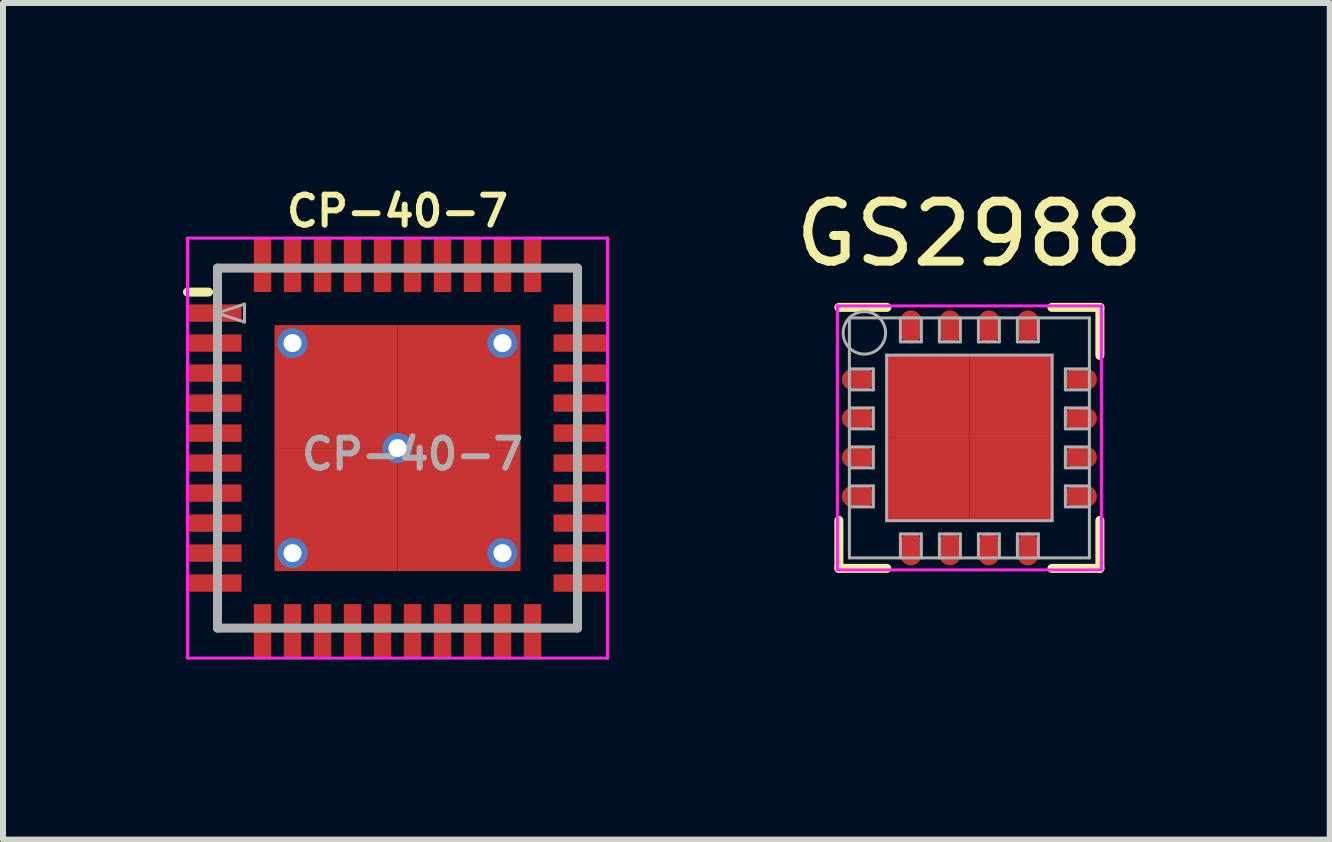
<source format=kicad_pcb>
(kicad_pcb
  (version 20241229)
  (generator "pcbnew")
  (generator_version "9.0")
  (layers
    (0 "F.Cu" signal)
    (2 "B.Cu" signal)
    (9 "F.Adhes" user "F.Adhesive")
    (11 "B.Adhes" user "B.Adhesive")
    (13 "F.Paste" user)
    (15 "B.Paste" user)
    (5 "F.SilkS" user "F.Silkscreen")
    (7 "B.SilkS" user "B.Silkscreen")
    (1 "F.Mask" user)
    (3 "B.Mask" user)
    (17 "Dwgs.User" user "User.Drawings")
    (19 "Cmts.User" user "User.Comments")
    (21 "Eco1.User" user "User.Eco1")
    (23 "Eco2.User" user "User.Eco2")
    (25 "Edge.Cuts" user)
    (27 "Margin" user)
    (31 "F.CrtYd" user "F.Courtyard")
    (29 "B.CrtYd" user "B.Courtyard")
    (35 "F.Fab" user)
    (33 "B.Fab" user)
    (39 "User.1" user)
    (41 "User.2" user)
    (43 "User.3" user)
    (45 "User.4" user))
  (footprint "GS2988"
    (layer "F.Cu")
    (at 13.106 4.248)
    (property "Reference" "GS2988" (at 0 -3.4 0) (layer "F.SilkS") (effects (font (size 1 1) (thickness 0.15))))
    (attr smd)
    (fp_line (start -2.175 -2.175) (end -1.375 -2.175) (stroke (width 0.15) (type solid)) (layer "F.SilkS"))
    (fp_line (start -2.175 2.175) (end -2.175 1.375) (stroke (width 0.15) (type solid)) (layer "F.SilkS"))
    (fp_line (start -2.175 2.175) (end -1.375 2.175) (stroke (width 0.15) (type solid)) (layer "F.SilkS"))
    (fp_line (start 2.175 -2.175) (end 1.375 -2.175) (stroke (width 0.15) (type solid)) (layer "F.SilkS"))
    (fp_line (start 2.175 -2.175) (end 2.175 -1.375) (stroke (width 0.15) (type solid)) (layer "F.SilkS"))
    (fp_line (start 2.175 2.175) (end 1.375 2.175) (stroke (width 0.15) (type solid)) (layer "F.SilkS"))
    (fp_line (start 2.175 2.175) (end 2.175 1.375) (stroke (width 0.15) (type solid)) (layer "F.SilkS"))
    (fp_line (start -2.2 -2.2) (end -2.2 2.2) (stroke (width 0.05) (type solid)) (layer "F.CrtYd"))
    (fp_line (start -2.2 -2.2) (end 2.2 -2.2) (stroke (width 0.05) (type solid)) (layer "F.CrtYd"))
    (fp_line (start -2.2 2.2) (end 2.2 2.2) (stroke (width 0.05) (type solid)) (layer "F.CrtYd"))
    (fp_line (start 2.2 -2.2) (end 2.2 2.2) (stroke (width 0.05) (type solid)) (layer "F.CrtYd"))
    (fp_line (start -2 -2) (end 2 -2) (stroke (width 0.05) (type solid)) (layer "F.Fab"))
    (fp_line (start -2 -1.15) (end -1.6 -1.15) (stroke (width 0.05) (type solid)) (layer "F.Fab"))
    (fp_line (start -2 -0.5) (end -1.6 -0.5) (stroke (width 0.05) (type solid)) (layer "F.Fab"))
    (fp_line (start -2 0.15) (end -1.6 0.15) (stroke (width 0.05) (type solid)) (layer "F.Fab"))
    (fp_line (start -2 0.8) (end -1.6 0.8) (stroke (width 0.05) (type solid)) (layer "F.Fab"))
    (fp_line (start -2 2) (end -2 -2) (stroke (width 0.05) (type solid)) (layer "F.Fab"))
    (fp_line (start -1.6 -1.15) (end -1.6 -0.8) (stroke (width 0.05) (type solid)) (layer "F.Fab"))
    (fp_line (start -1.6 -0.8) (end -2 -0.8) (stroke (width 0.05) (type solid)) (layer "F.Fab"))
    (fp_line (start -1.6 -0.5) (end -1.6 -0.15) (stroke (width 0.05) (type solid)) (layer "F.Fab"))
    (fp_line (start -1.6 -0.15) (end -2 -0.15) (stroke (width 0.05) (type solid)) (layer "F.Fab"))
    (fp_line (start -1.6 0.15) (end -1.6 0.5) (stroke (width 0.05) (type solid)) (layer "F.Fab"))
    (fp_line (start -1.6 0.5) (end -2 0.5) (stroke (width 0.05) (type solid)) (layer "F.Fab"))
    (fp_line (start -1.6 0.8) (end -1.6 1.15) (stroke (width 0.05) (type solid)) (layer "F.Fab"))
    (fp_line (start -1.6 1.15) (end -2 1.15) (stroke (width 0.05) (type solid)) (layer "F.Fab"))
    (fp_line (start -1.38 -1.38) (end 1.38 -1.38) (stroke (width 0.05) (type solid)) (layer "F.Fab"))
    (fp_line (start -1.38 1.38) (end -1.38 -1.38) (stroke (width 0.05) (type solid)) (layer "F.Fab"))
    (fp_line (start -1.15 -2) (end -1.15 -1.6) (stroke (width 0.05) (type solid)) (layer "F.Fab"))
    (fp_line (start -1.15 -1.6) (end -0.8 -1.6) (stroke (width 0.05) (type solid)) (layer "F.Fab"))
    (fp_line (start -1.15 1.6) (end -1.15 2) (stroke (width 0.05) (type solid)) (layer "F.Fab"))
    (fp_line (start -0.8 -1.6) (end -0.8 -2) (stroke (width 0.05) (type solid)) (layer "F.Fab"))
    (fp_line (start -0.8 1.6) (end -1.15 1.6) (stroke (width 0.05) (type solid)) (layer "F.Fab"))
    (fp_line (start -0.8 2) (end -0.8 1.6) (stroke (width 0.05) (type solid)) (layer "F.Fab"))
    (fp_line (start -0.5 -2) (end -0.5 -1.6) (stroke (width 0.05) (type solid)) (layer "F.Fab"))
    (fp_line (start -0.5 -1.6) (end -0.15 -1.6) (stroke (width 0.05) (type solid)) (layer "F.Fab"))
    (fp_line (start -0.5 1.6) (end -0.5 2) (stroke (width 0.05) (type solid)) (layer "F.Fab"))
    (fp_line (start -0.15 -1.6) (end -0.15 -2) (stroke (width 0.05) (type solid)) (layer "F.Fab"))
    (fp_line (start -0.15 1.6) (end -0.5 1.6) (stroke (width 0.05) (type solid)) (layer "F.Fab"))
    (fp_line (start -0.15 2) (end -0.15 1.6) (stroke (width 0.05) (type solid)) (layer "F.Fab"))
    (fp_line (start 0.15 -2) (end 0.15 -1.6) (stroke (width 0.05) (type solid)) (layer "F.Fab"))
    (fp_line (start 0.15 -1.6) (end 0.5 -1.6) (stroke (width 0.05) (type solid)) (layer "F.Fab"))
    (fp_line (start 0.15 1.6) (end 0.15 2) (stroke (width 0.05) (type solid)) (layer "F.Fab"))
    (fp_line (start 0.5 -1.6) (end 0.5 -2) (stroke (width 0.05) (type solid)) (layer "F.Fab"))
    (fp_line (start 0.5 1.6) (end 0.15 1.6) (stroke (width 0.05) (type solid)) (layer "F.Fab"))
    (fp_line (start 0.5 2) (end 0.5 1.6) (stroke (width 0.05) (type solid)) (layer "F.Fab"))
    (fp_line (start 0.8 -2) (end 0.8 -1.6) (stroke (width 0.05) (type solid)) (layer "F.Fab"))
    (fp_line (start 0.8 -1.6) (end 1.15 -1.6) (stroke (width 0.05) (type solid)) (layer "F.Fab"))
    (fp_line (start 0.8 1.6) (end 0.8 2) (stroke (width 0.05) (type solid)) (layer "F.Fab"))
    (fp_line (start 1.15 -1.6) (end 1.15 -2) (stroke (width 0.05) (type solid)) (layer "F.Fab"))
    (fp_line (start 1.15 1.6) (end 0.8 1.6) (stroke (width 0.05) (type solid)) (layer "F.Fab"))
    (fp_line (start 1.15 2) (end 1.15 1.6) (stroke (width 0.05) (type solid)) (layer "F.Fab"))
    (fp_line (start 1.38 -1.38) (end 1.38 1.38) (stroke (width 0.05) (type solid)) (layer "F.Fab"))
    (fp_line (start 1.38 1.38) (end -1.38 1.38) (stroke (width 0.05) (type solid)) (layer "F.Fab"))
    (fp_line (start 1.6 -1.15) (end 1.6 -0.8) (stroke (width 0.05) (type solid)) (layer "F.Fab"))
    (fp_line (start 1.6 -0.8) (end 2 -0.8) (stroke (width 0.05) (type solid)) (layer "F.Fab"))
    (fp_line (start 1.6 -0.5) (end 1.6 -0.15) (stroke (width 0.05) (type solid)) (layer "F.Fab"))
    (fp_line (start 1.6 -0.15) (end 2 -0.15) (stroke (width 0.05) (type solid)) (layer "F.Fab"))
    (fp_line (start 1.6 0.15) (end 1.6 0.5) (stroke (width 0.05) (type solid)) (layer "F.Fab"))
    (fp_line (start 1.6 0.5) (end 2 0.5) (stroke (width 0.05) (type solid)) (layer "F.Fab"))
    (fp_line (start 1.6 0.8) (end 1.6 1.15) (stroke (width 0.05) (type solid)) (layer "F.Fab"))
    (fp_line (start 1.6 1.15) (end 2 1.15) (stroke (width 0.05) (type solid)) (layer "F.Fab"))
    (fp_line (start 2 -2) (end 2 2) (stroke (width 0.05) (type solid)) (layer "F.Fab"))
    (fp_line (start 2 -1.15) (end 1.6 -1.15) (stroke (width 0.05) (type solid)) (layer "F.Fab"))
    (fp_line (start 2 -0.5) (end 1.6 -0.5) (stroke (width 0.05) (type solid)) (layer "F.Fab"))
    (fp_line (start 2 0.15) (end 1.6 0.15) (stroke (width 0.05) (type solid)) (layer "F.Fab"))
    (fp_line (start 2 0.8) (end 1.6 0.8) (stroke (width 0.05) (type solid)) (layer "F.Fab"))
    (fp_line (start 2 2) (end -2 2) (stroke (width 0.05) (type solid)) (layer "F.Fab"))
    (fp_circle (center -1.75 -1.75) (end -2 -2) (stroke (width 0.05) (type solid)) (fill no) (layer "F.Fab"))
    (pad "1" smd oval (at -1.85 -0.975) (size 0.55 0.35) (layers "F.Cu" "F.Mask" "F.Paste"))
    (pad "2" smd oval (at -1.85 -0.325) (size 0.55 0.35) (layers "F.Cu" "F.Mask" "F.Paste"))
    (pad "3" smd oval (at -1.85 0.325) (size 0.55 0.35) (layers "F.Cu" "F.Mask" "F.Paste"))
    (pad "4" smd oval (at -1.85 0.975) (size 0.55 0.35) (layers "F.Cu" "F.Mask" "F.Paste"))
    (pad "5" smd oval (at -0.975 1.85 90) (size 0.55 0.35) (layers "F.Cu" "F.Mask" "F.Paste"))
    (pad "6" smd oval (at -0.325 1.85 90) (size 0.55 0.35) (layers "F.Cu" "F.Mask" "F.Paste"))
    (pad "7" smd oval (at 0.325 1.85 90) (size 0.55 0.35) (layers "F.Cu" "F.Mask" "F.Paste"))
    (pad "8" smd oval (at 0.975 1.85 90) (size 0.55 0.35) (layers "F.Cu" "F.Mask" "F.Paste"))
    (pad "9" smd oval (at 1.85 0.975) (size 0.55 0.35) (layers "F.Cu" "F.Mask" "F.Paste"))
    (pad "10" smd oval (at 1.85 0.325) (size 0.55 0.35) (layers "F.Cu" "F.Mask" "F.Paste"))
    (pad "11" smd oval (at 1.85 -0.325) (size 0.55 0.35) (layers "F.Cu" "F.Mask" "F.Paste"))
    (pad "12" smd oval (at 1.85 -0.975) (size 0.55 0.35) (layers "F.Cu" "F.Mask" "F.Paste"))
    (pad "13" smd oval (at 0.975 -1.85 90) (size 0.55 0.35) (layers "F.Cu" "F.Mask" "F.Paste"))
    (pad "14" smd oval (at 0.325 -1.85 90) (size 0.55 0.35) (layers "F.Cu" "F.Mask" "F.Paste"))
    (pad "15" smd oval (at -0.325 -1.85 90) (size 0.55 0.35) (layers "F.Cu" "F.Mask" "F.Paste"))
    (pad "16" smd oval (at -0.975 -1.85 90) (size 0.55 0.35) (layers "F.Cu" "F.Mask" "F.Paste"))
    (pad "17" smd rect (at -0.69 -0.69) (size 1.38 1.38) (layers "F.Cu" "F.Mask" "F.Paste"))
    (pad "17" smd rect (at -0.69 0.69) (size 1.38 1.38) (layers "F.Cu" "F.Mask" "F.Paste"))
    (pad "17" smd rect (at 0.69 -0.69) (size 1.38 1.38) (layers "F.Cu" "F.Mask" "F.Paste"))
    (pad "17" smd rect (at 0.69 0.69) (size 1.38 1.38) (layers "F.Cu" "F.Mask" "F.Paste")))
  (footprint "CP-40-7"
    (layer "F.Cu")
    (at 3.575 4.418)
    (property "Reference" "CP-40-7" (at 0 -3.95 0) (layer "F.SilkS") (effects (font (size 0.5 0.5) (thickness 0.1))))
    (attr smd)
    (fp_line (start -3.5 -2.6) (end -3.15 -2.6) (stroke (width 0.15) (type solid)) (layer "F.SilkS"))
    (fp_line (start -3.5 -3.5) (end -3.5 3.5) (stroke (width 0.05) (type solid)) (layer "F.CrtYd"))
    (fp_line (start -3.5 -3.5) (end 3.5 -3.5) (stroke (width 0.05) (type solid)) (layer "F.CrtYd"))
    (fp_line (start -3.5 3.5) (end 3.5 3.5) (stroke (width 0.05) (type solid)) (layer "F.CrtYd"))
    (fp_line (start 3.5 -3.5) (end 3.5 3.5) (stroke (width 0.05) (type solid)) (layer "F.CrtYd"))
    (fp_line (start -3 -3) (end -3 3) (stroke (width 0.15) (type solid)) (layer "F.Fab"))
    (fp_line (start -3 -2.25) (end -2.55 -2.4) (stroke (width 0.05) (type solid)) (layer "F.Fab"))
    (fp_line (start -3 3) (end 3 3) (stroke (width 0.15) (type solid)) (layer "F.Fab"))
    (fp_line (start -2.55 -2.4) (end -2.55 -2.1) (stroke (width 0.05) (type solid)) (layer "F.Fab"))
    (fp_line (start -2.55 -2.1) (end -3 -2.25) (stroke (width 0.05) (type solid)) (layer "F.Fab"))
    (fp_line (start 3 -3) (end -3 -3) (stroke (width 0.15) (type solid)) (layer "F.Fab"))
    (fp_line (start 3 3) (end 3 -3) (stroke (width 0.15) (type solid)) (layer "F.Fab"))
    (fp_text user "${REFERENCE}" (at 0.25 0.1 0) (layer "F.Fab") (effects (font (size 0.5 0.5) (thickness 0.1))))
    (pad "1" smd rect (at -3.05 -2.25) (size 0.9 0.29) (layers "F.Cu" "F.Mask" "F.Paste"))
    (pad "2" smd rect (at -3.05 -1.75) (size 0.9 0.29) (layers "F.Cu" "F.Mask" "F.Paste"))
    (pad "3" smd rect (at -3.05 -1.25) (size 0.9 0.29) (layers "F.Cu" "F.Mask" "F.Paste"))
    (pad "4" smd rect (at -3.05 -0.75) (size 0.9 0.29) (layers "F.Cu" "F.Mask" "F.Paste"))
    (pad "5" smd rect (at -3.05 -0.25) (size 0.9 0.29) (layers "F.Cu" "F.Mask" "F.Paste"))
    (pad "6" smd rect (at -3.05 0.25) (size 0.9 0.29) (layers "F.Cu" "F.Mask" "F.Paste"))
    (pad "7" smd rect (at -3.05 0.75) (size 0.9 0.29) (layers "F.Cu" "F.Mask" "F.Paste"))
    (pad "8" smd rect (at -3.05 1.25) (size 0.9 0.29) (layers "F.Cu" "F.Mask" "F.Paste"))
    (pad "9" smd rect (at -3.05 1.75) (size 0.9 0.29) (layers "F.Cu" "F.Mask" "F.Paste"))
    (pad "10" smd rect (at -3.05 2.25) (size 0.9 0.29) (layers "F.Cu" "F.Mask" "F.Paste"))
    (pad "11" smd rect (at -2.25 3.05 90) (size 0.9 0.29) (layers "F.Cu" "F.Mask" "F.Paste"))
    (pad "12" smd rect (at -1.75 3.05 90) (size 0.9 0.29) (layers "F.Cu" "F.Mask" "F.Paste"))
    (pad "13" smd rect (at -1.25 3.05 90) (size 0.9 0.29) (layers "F.Cu" "F.Mask" "F.Paste"))
    (pad "14" smd rect (at -0.75 3.05 90) (size 0.9 0.29) (layers "F.Cu" "F.Mask" "F.Paste"))
    (pad "15" smd rect (at -0.25 3.05 90) (size 0.9 0.29) (layers "F.Cu" "F.Mask" "F.Paste"))
    (pad "16" smd rect (at 0.25 3.05 90) (size 0.9 0.29) (layers "F.Cu" "F.Mask" "F.Paste"))
    (pad "17" smd rect (at 0.75 3.05 90) (size 0.9 0.29) (layers "F.Cu" "F.Mask" "F.Paste"))
    (pad "18" smd rect (at 1.25 3.05 90) (size 0.9 0.29) (layers "F.Cu" "F.Mask" "F.Paste"))
    (pad "19" smd rect (at 1.75 3.05 90) (size 0.9 0.29) (layers "F.Cu" "F.Mask" "F.Paste"))
    (pad "20" smd rect (at 2.25 3.05 90) (size 0.9 0.29) (layers "F.Cu" "F.Mask" "F.Paste"))
    (pad "21" smd rect (at 3.05 2.25) (size 0.9 0.29) (layers "F.Cu" "F.Mask" "F.Paste"))
    (pad "22" smd rect (at 3.05 1.75) (size 0.9 0.29) (layers "F.Cu" "F.Mask" "F.Paste"))
    (pad "23" smd rect (at 3.05 1.25) (size 0.9 0.29) (layers "F.Cu" "F.Mask" "F.Paste"))
    (pad "24" smd rect (at 3.05 0.75) (size 0.9 0.29) (layers "F.Cu" "F.Mask" "F.Paste"))
    (pad "25" smd rect (at 3.05 0.25) (size 0.9 0.29) (layers "F.Cu" "F.Mask" "F.Paste"))
    (pad "26" smd rect (at 3.05 -0.25) (size 0.9 0.29) (layers "F.Cu" "F.Mask" "F.Paste"))
    (pad "27" smd rect (at 3.05 -0.75) (size 0.9 0.29) (layers "F.Cu" "F.Mask" "F.Paste"))
    (pad "28" smd rect (at 3.05 -1.25) (size 0.9 0.29) (layers "F.Cu" "F.Mask" "F.Paste"))
    (pad "29" smd rect (at 3.05 -1.75) (size 0.9 0.29) (layers "F.Cu" "F.Mask" "F.Paste"))
    (pad "30" smd rect (at 3.05 -2.25) (size 0.9 0.29) (layers "F.Cu" "F.Mask" "F.Paste"))
    (pad "31" smd rect (at 2.25 -3.05 90) (size 0.9 0.29) (layers "F.Cu" "F.Mask" "F.Paste"))
    (pad "32" smd rect (at 1.75 -3.05 90) (size 0.9 0.29) (layers "F.Cu" "F.Mask" "F.Paste"))
    (pad "33" smd rect (at 1.25 -3.05 90) (size 0.9 0.29) (layers "F.Cu" "F.Mask" "F.Paste"))
    (pad "34" smd rect (at 0.75 -3.05 90) (size 0.9 0.29) (layers "F.Cu" "F.Mask" "F.Paste"))
    (pad "35" smd rect (at 0.25 -3.05 90) (size 0.9 0.29) (layers "F.Cu" "F.Mask" "F.Paste"))
    (pad "36" smd rect (at -0.25 -3.05 90) (size 0.9 0.29) (layers "F.Cu" "F.Mask" "F.Paste"))
    (pad "37" smd rect (at -0.75 -3.05 90) (size 0.9 0.29) (layers "F.Cu" "F.Mask" "F.Paste"))
    (pad "38" smd rect (at -1.25 -3.05 90) (size 0.9 0.29) (layers "F.Cu" "F.Mask" "F.Paste"))
    (pad "39" smd rect (at -1.75 -3.05 90) (size 0.9 0.29) (layers "F.Cu" "F.Mask" "F.Paste"))
    (pad "40" smd rect (at -2.25 -3.05 90) (size 0.9 0.29) (layers "F.Cu" "F.Mask" "F.Paste"))
    (pad "41" thru_hole circle (at -1.75 -1.75) (size 0.5 0.5) (drill 0.3) (layers "*.Cu" "F.Mask"))
    (pad "41" thru_hole circle (at -1.75 1.75) (size 0.5 0.5) (drill 0.3) (layers "*.Cu" "F.Mask"))
    (pad "41" smd rect (at -1.025 -1.025) (size 2.05 2.05) (layers "F.Cu" "F.Mask" "F.Paste"))
    (pad "41" smd rect (at -1.025 1.025) (size 2.05 2.05) (layers "F.Cu" "F.Mask" "F.Paste"))
    (pad "41" thru_hole circle (at 0 0) (size 0.5 0.5) (drill 0.3) (layers "*.Cu" "F.Mask"))
    (pad "41" smd rect (at 1.025 -1.025) (size 2.05 2.05) (layers "F.Cu" "F.Mask" "F.Paste"))
    (pad "41" smd rect (at 1.025 1.025) (size 2.05 2.05) (layers "F.Cu" "F.Mask" "F.Paste"))
    (pad "41" thru_hole circle (at 1.75 -1.75) (size 0.5 0.5) (drill 0.3) (layers "*.Cu" "F.Mask"))
    (pad "41" thru_hole circle (at 1.75 1.75) (size 0.5 0.5) (drill 0.3) (layers "*.Cu" "F.Mask")))
  (gr_rect
    (start -3 -3)
    (end 19.112 10.943)
    (stroke (width 0.1) (type default))
    (fill no)
    (layer "Edge.Cuts")))
</source>
